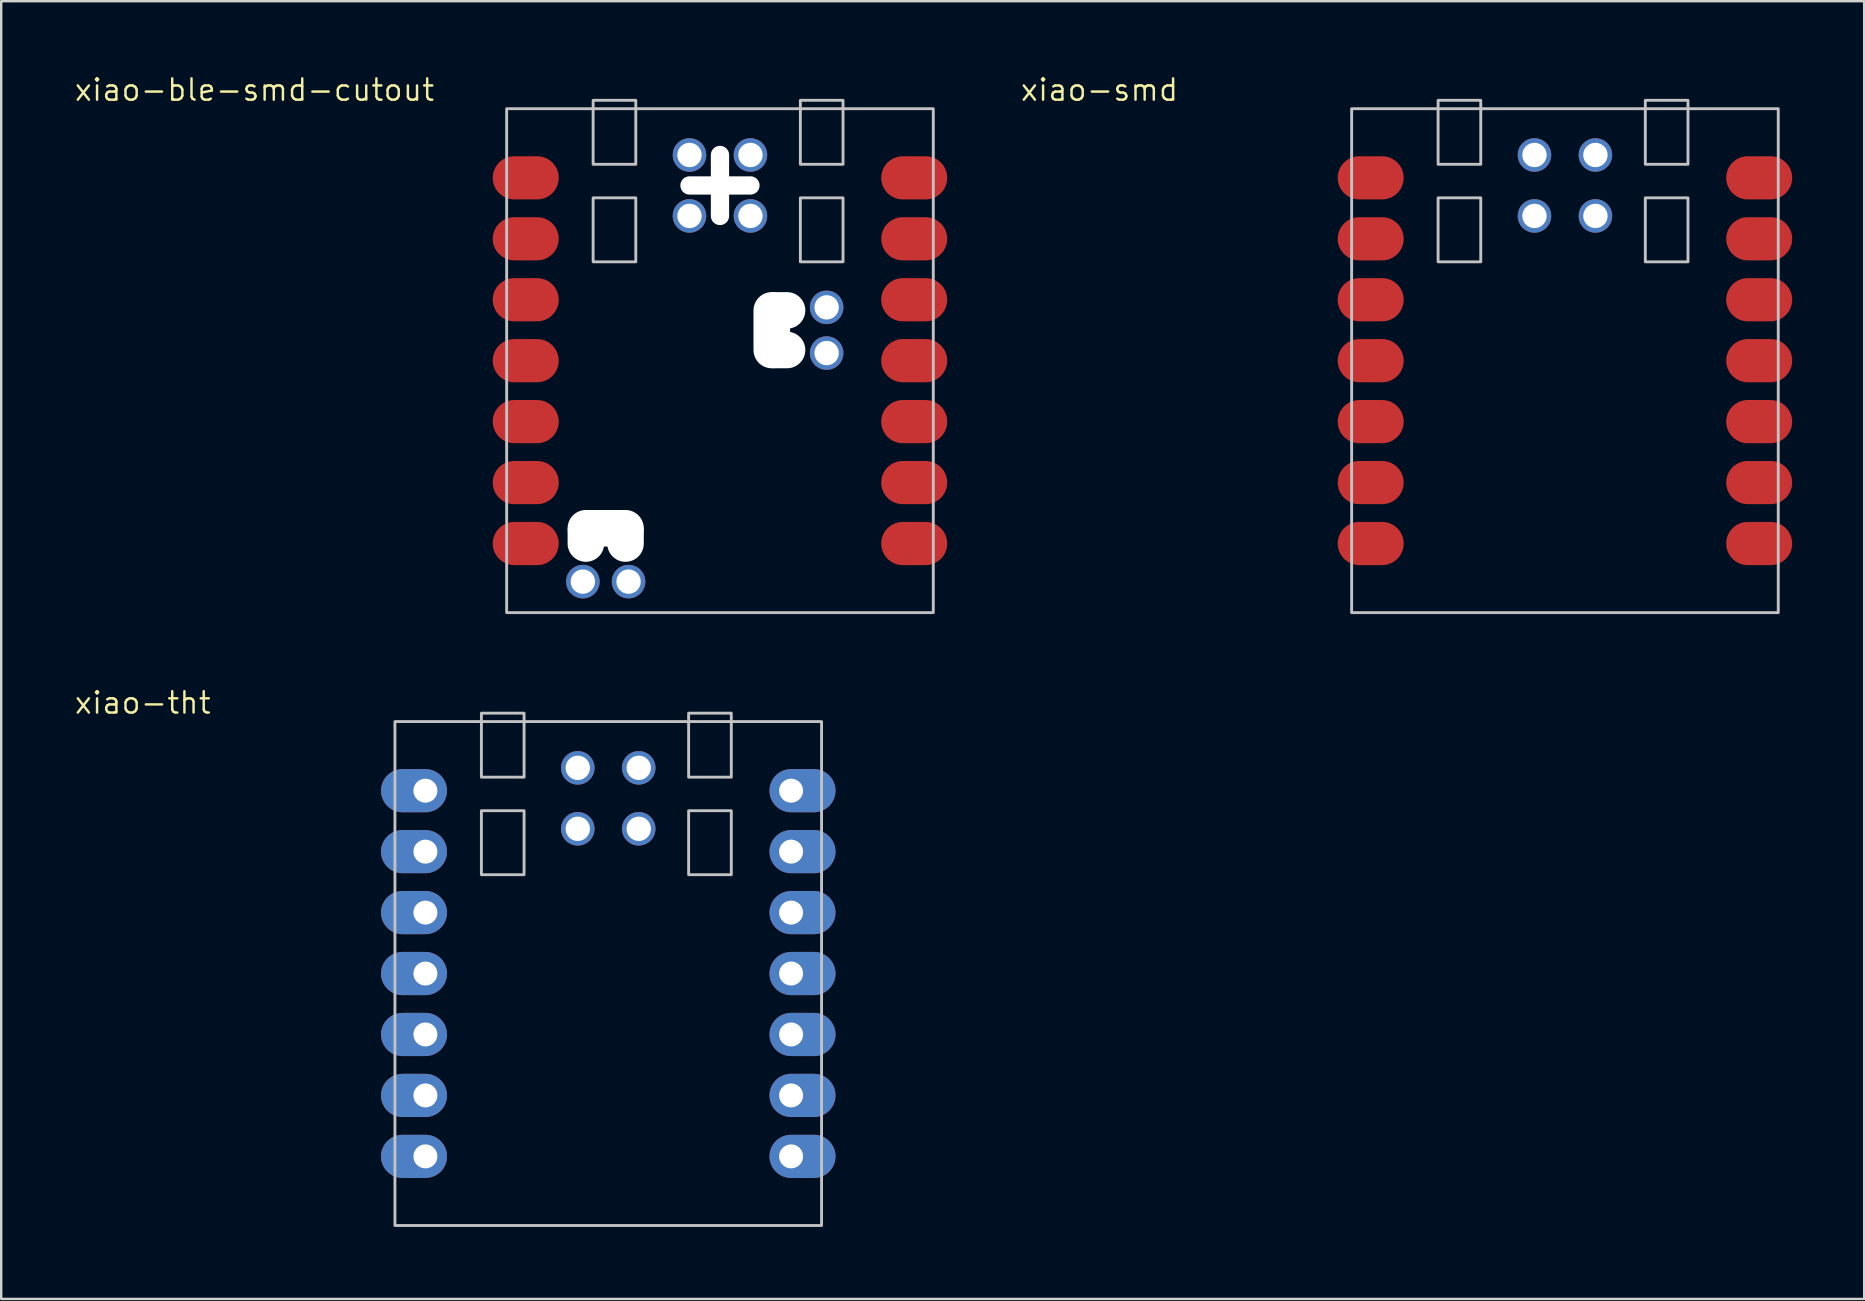
<source format=kicad_pcb>
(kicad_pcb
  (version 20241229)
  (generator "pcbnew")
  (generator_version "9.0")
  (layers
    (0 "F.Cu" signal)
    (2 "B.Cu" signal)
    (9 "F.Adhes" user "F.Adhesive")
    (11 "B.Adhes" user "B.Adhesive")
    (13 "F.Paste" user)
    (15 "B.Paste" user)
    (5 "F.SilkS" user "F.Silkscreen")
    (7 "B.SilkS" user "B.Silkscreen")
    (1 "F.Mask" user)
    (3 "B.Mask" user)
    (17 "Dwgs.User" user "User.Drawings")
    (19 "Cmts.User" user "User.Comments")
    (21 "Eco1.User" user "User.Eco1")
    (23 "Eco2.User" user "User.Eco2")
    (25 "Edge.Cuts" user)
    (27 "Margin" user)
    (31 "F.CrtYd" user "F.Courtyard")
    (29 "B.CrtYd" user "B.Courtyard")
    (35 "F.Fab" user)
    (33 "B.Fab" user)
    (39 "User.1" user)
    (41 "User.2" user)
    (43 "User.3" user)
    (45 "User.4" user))
  (footprint "xiao-smd"
    (layer "F.Cu")
    (at 62.169 11.981)
    (property "Reference" "xiao-smd" (at -19.399 -11.283 0) (layer "F.SilkS") (effects (font (size 0.889 0.889) (thickness 0.102))))
    (attr smd)
    (fp_rect (start -8.89 10.5) (end 8.89 -10.5) (stroke (width 0.12) (type solid)) (fill no) (layer "Dwgs.User"))
    (fp_rect (start -5.286 -6.786) (end -3.508 -4.119) (stroke (width 0.12) (type solid)) (fill no) (layer "Dwgs.User"))
    (fp_rect (start -3.508 -8.183) (end -5.286 -10.85) (stroke (width 0.12) (type solid)) (fill no) (layer "Dwgs.User"))
    (fp_rect (start 3.35 -10.85) (end 5.128 -8.183) (stroke (width 0.12) (type solid)) (fill no) (layer "Dwgs.User"))
    (fp_rect (start 3.35 -6.786) (end 5.128 -4.119) (stroke (width 0.12) (type solid)) (fill no) (layer "Dwgs.User"))
    (pad "1" smd oval (at -7.62 -7.62) (size 2.75 1.8) (drill (offset -0.475 0)) (layers "F.Cu" "F.Mask" "F.Paste"))
    (pad "2" smd oval (at -7.62 -5.08) (size 2.75 1.8) (drill (offset -0.475 0)) (layers "F.Cu" "F.Mask" "F.Paste"))
    (pad "3" smd oval (at -7.62 -2.54) (size 2.75 1.8) (drill (offset -0.475 0)) (layers "F.Cu" "F.Mask" "F.Paste"))
    (pad "4" smd oval (at -7.62 0) (size 2.75 1.8) (drill (offset -0.475 0)) (layers "F.Cu" "F.Mask" "F.Paste"))
    (pad "5" smd oval (at -7.62 2.54) (size 2.75 1.8) (drill (offset -0.475 0)) (layers "F.Cu" "F.Mask" "F.Paste"))
    (pad "6" smd oval (at -7.62 5.08) (size 2.75 1.8) (drill (offset -0.475 0)) (layers "F.Cu" "F.Mask" "F.Paste"))
    (pad "7" smd oval (at -7.62 7.62) (size 2.75 1.8) (drill (offset -0.475 0)) (layers "F.Cu" "F.Mask" "F.Paste"))
    (pad "8" smd oval (at 7.62 7.62 180) (size 2.75 1.8) (drill (offset -0.475 0)) (layers "F.Cu" "F.Mask" "F.Paste"))
    (pad "9" smd oval (at 7.62 5.08 180) (size 2.75 1.8) (drill (offset -0.475 0)) (layers "F.Cu" "F.Mask" "F.Paste"))
    (pad "10" smd oval (at 7.62 2.54 180) (size 2.75 1.8) (drill (offset -0.475 0)) (layers "F.Cu" "F.Mask" "F.Paste"))
    (pad "11" smd oval (at 7.62 0 180) (size 2.75 1.8) (drill (offset -0.475 0)) (layers "F.Cu" "F.Mask" "F.Paste"))
    (pad "12" smd oval (at 7.62 -2.54 180) (size 2.75 1.8) (drill (offset -0.475 0)) (layers "F.Cu" "F.Mask" "F.Paste"))
    (pad "13" smd oval (at 7.62 -5.08 180) (size 2.75 1.8) (drill (offset -0.475 0)) (layers "F.Cu" "F.Mask" "F.Paste"))
    (pad "14" smd oval (at 7.62 -7.62 180) (size 2.75 1.8) (drill (offset -0.475 0)) (layers "F.Cu" "F.Mask" "F.Paste"))
    (pad "15" thru_hole circle (at -1.27 -8.572 90) (size 1.397 1.397) (drill 1.016) (layers "*.Cu" "*.Mask"))
    (pad "16" thru_hole circle (at 1.27 -8.572 90) (size 1.397 1.397) (drill 1.016) (layers "*.Cu" "*.Mask"))
    (pad "17" thru_hole circle (at -1.27 -6.032 90) (size 1.397 1.397) (drill 1.016) (layers "*.Cu" "*.Mask"))
    (pad "18" thru_hole circle (at 1.27 -6.032 90) (size 1.397 1.397) (drill 1.016) (layers "*.Cu" "*.Mask")))
  (footprint "xiao-tht"
    (layer "F.Cu")
    (at 22.299 37.522)
    (property "Reference" "xiao-tht" (at -19.399 -11.283 0) (layer "F.SilkS") (effects (font (size 0.889 0.889) (thickness 0.102))))
    (attr smd)
    (fp_rect (start -8.89 10.5) (end 8.89 -10.5) (stroke (width 0.12) (type solid)) (fill no) (layer "Dwgs.User"))
    (fp_rect (start -5.286 -6.786) (end -3.508 -4.119) (stroke (width 0.12) (type solid)) (fill no) (layer "Dwgs.User"))
    (fp_rect (start -3.508 -8.183) (end -5.286 -10.85) (stroke (width 0.12) (type solid)) (fill no) (layer "Dwgs.User"))
    (fp_rect (start 3.35 -10.85) (end 5.128 -8.183) (stroke (width 0.12) (type solid)) (fill no) (layer "Dwgs.User"))
    (fp_rect (start 3.35 -6.786) (end 5.128 -4.119) (stroke (width 0.12) (type solid)) (fill no) (layer "Dwgs.User"))
    (pad "1" thru_hole oval (at -7.62 -7.62) (size 2.75 1.8) (drill 1 (offset -0.475 0)) (layers "*.Cu" "*.Mask"))
    (pad "2" thru_hole oval (at -7.62 -5.08) (size 2.75 1.8) (drill 1 (offset -0.475 0)) (layers "*.Cu" "*.Mask"))
    (pad "3" thru_hole oval (at -7.62 -2.54) (size 2.75 1.8) (drill 1 (offset -0.475 0)) (layers "*.Cu" "*.Mask"))
    (pad "4" thru_hole oval (at -7.62 0) (size 2.75 1.8) (drill 1 (offset -0.475 0)) (layers "*.Cu" "*.Mask"))
    (pad "5" thru_hole oval (at -7.62 2.54) (size 2.75 1.8) (drill 1 (offset -0.475 0)) (layers "*.Cu" "*.Mask"))
    (pad "6" thru_hole oval (at -7.62 5.08) (size 2.75 1.8) (drill 1 (offset -0.475 0)) (layers "*.Cu" "*.Mask"))
    (pad "7" thru_hole oval (at -7.62 7.62) (size 2.75 1.8) (drill 1 (offset -0.475 0)) (layers "*.Cu" "*.Mask"))
    (pad "8" thru_hole oval (at 7.62 7.62 180) (size 2.75 1.8) (drill 1 (offset -0.475 0)) (layers "*.Cu" "*.Mask"))
    (pad "9" thru_hole oval (at 7.62 5.08 180) (size 2.75 1.8) (drill 1 (offset -0.475 0)) (layers "*.Cu" "*.Mask"))
    (pad "10" thru_hole oval (at 7.62 2.54 180) (size 2.75 1.8) (drill 1 (offset -0.475 0)) (layers "*.Cu" "*.Mask"))
    (pad "11" thru_hole oval (at 7.62 0 180) (size 2.75 1.8) (drill 1 (offset -0.475 0)) (layers "*.Cu" "*.Mask"))
    (pad "12" thru_hole oval (at 7.62 -2.54 180) (size 2.75 1.8) (drill 1 (offset -0.475 0)) (layers "*.Cu" "*.Mask"))
    (pad "13" thru_hole oval (at 7.62 -5.08 180) (size 2.75 1.8) (drill 1 (offset -0.475 0)) (layers "*.Cu" "*.Mask"))
    (pad "14" thru_hole oval (at 7.62 -7.62 180) (size 2.75 1.8) (drill 1 (offset -0.475 0)) (layers "*.Cu" "*.Mask"))
    (pad "15" thru_hole circle (at -1.27 -8.572 90) (size 1.397 1.397) (drill 1.016) (layers "*.Cu" "*.Mask"))
    (pad "16" thru_hole circle (at 1.27 -8.572 90) (size 1.397 1.397) (drill 1.016) (layers "*.Cu" "*.Mask"))
    (pad "17" thru_hole circle (at -1.27 -6.032 90) (size 1.397 1.397) (drill 1.016) (layers "*.Cu" "*.Mask"))
    (pad "18" thru_hole circle (at 1.27 -6.032 90) (size 1.397 1.397) (drill 1.016) (layers "*.Cu" "*.Mask")))
  (footprint "xiao-ble-smd-cutout"
    (layer "F.Cu")
    (at 26.955 11.981)
    (property "Reference" "xiao-ble-smd-cutout" (at -19.399 -11.283 0) (layer "F.SilkS") (effects (font (size 0.889 0.889) (thickness 0.102))))
    (attr smd)
    (fp_rect (start -8.89 10.5) (end 8.89 -10.5) (stroke (width 0.12) (type solid)) (fill no) (layer "Dwgs.User"))
    (fp_rect (start -5.286 -6.786) (end -3.508 -4.119) (stroke (width 0.12) (type solid)) (fill no) (layer "Dwgs.User"))
    (fp_rect (start -3.508 -8.183) (end -5.286 -10.85) (stroke (width 0.12) (type solid)) (fill no) (layer "Dwgs.User"))
    (fp_rect (start 3.35 -10.85) (end 5.128 -8.183) (stroke (width 0.12) (type solid)) (fill no) (layer "Dwgs.User"))
    (fp_rect (start 3.35 -6.786) (end 5.128 -4.119) (stroke (width 0.12) (type solid)) (fill no) (layer "Dwgs.User"))
    (pad "" np_thru_hole oval (at -5.588 7.366 90) (size 2.032 1.524) (drill oval 2.032 1.524) (layers "*.Cu" "*.Mask"))
    (pad "" np_thru_hole oval (at -4.763 6.985) (size 3.175 1.524) (drill oval 3.175 1.524) (layers "*.Cu" "*.Mask"))
    (pad "" np_thru_hole oval (at -3.937 7.366 90) (size 2.032 1.524) (drill oval 2.032 1.524) (layers "*.Cu" "*.Mask"))
    (pad "" np_thru_hole oval (at 0 -7.302 180) (size 3.302 0.762) (drill oval 3.302 0.762) (layers "*.Cu" "*.Mask"))
    (pad "" np_thru_hole oval (at 0 -7.302 270) (size 3.302 0.762) (drill oval 3.302 0.762) (layers "*.Cu" "*.Mask"))
    (pad "" np_thru_hole oval (at 2.159 -1.27 90) (size 3.175 1.524) (drill oval 3.175 1.524) (layers "*.Cu" "*.Mask"))
    (pad "" np_thru_hole oval (at 2.54 -2.095 180) (size 2.032 1.524) (drill oval 2.032 1.524) (layers "*.Cu" "*.Mask"))
    (pad "" np_thru_hole oval (at 2.54 -0.445 180) (size 2.032 1.524) (drill oval 2.032 1.524) (layers "*.Cu" "*.Mask"))
    (pad "1" smd oval (at -8.57 -7.62 180) (size 2.75 1.8) (drill (offset -0.475 0)) (layers "F.Cu" "F.Mask" "F.Paste"))
    (pad "2" smd oval (at -8.57 -5.08 180) (size 2.75 1.8) (drill (offset -0.475 0)) (layers "F.Cu" "F.Mask" "F.Paste"))
    (pad "3" smd oval (at -8.57 -2.54 180) (size 2.75 1.8) (drill (offset -0.475 0)) (layers "F.Cu" "F.Mask" "F.Paste"))
    (pad "4" smd oval (at -8.57 0 180) (size 2.75 1.8) (drill (offset -0.475 0)) (layers "F.Cu" "F.Mask" "F.Paste"))
    (pad "5" smd oval (at -8.57 2.54 180) (size 2.75 1.8) (drill (offset -0.475 0)) (layers "F.Cu" "F.Mask" "F.Paste"))
    (pad "6" smd oval (at -8.57 5.08 180) (size 2.75 1.8) (drill (offset -0.475 0)) (layers "F.Cu" "F.Mask" "F.Paste"))
    (pad "7" smd oval (at -8.57 7.62 180) (size 2.75 1.8) (drill (offset -0.475 0)) (layers "F.Cu" "F.Mask" "F.Paste"))
    (pad "8" smd oval (at 8.57 7.62) (size 2.75 1.8) (drill (offset -0.475 0)) (layers "F.Cu" "F.Mask" "F.Paste"))
    (pad "9" smd oval (at 8.57 5.08) (size 2.75 1.8) (drill (offset -0.475 0)) (layers "F.Cu" "F.Mask" "F.Paste"))
    (pad "10" smd oval (at 8.57 2.54) (size 2.75 1.8) (drill (offset -0.475 0)) (layers "F.Cu" "F.Mask" "F.Paste"))
    (pad "11" smd oval (at 8.57 0) (size 2.75 1.8) (drill (offset -0.475 0)) (layers "F.Cu" "F.Mask" "F.Paste"))
    (pad "12" smd oval (at 8.57 -2.54) (size 2.75 1.8) (drill (offset -0.475 0)) (layers "F.Cu" "F.Mask" "F.Paste"))
    (pad "13" smd oval (at 8.57 -5.08) (size 2.75 1.8) (drill (offset -0.475 0)) (layers "F.Cu" "F.Mask" "F.Paste"))
    (pad "14" smd oval (at 8.57 -7.62) (size 2.75 1.8) (drill (offset -0.475 0)) (layers "F.Cu" "F.Mask" "F.Paste"))
    (pad "15" thru_hole circle (at -1.27 -8.572 90) (size 1.397 1.397) (drill 1.016) (layers "*.Cu" "*.Mask"))
    (pad "16" thru_hole circle (at 1.27 -8.572 90) (size 1.397 1.397) (drill 1.016) (layers "*.Cu" "*.Mask"))
    (pad "17" thru_hole circle (at -1.27 -6.032 90) (size 1.397 1.397) (drill 1.016) (layers "*.Cu" "*.Mask"))
    (pad "18" thru_hole circle (at 1.27 -6.032 90) (size 1.397 1.397) (drill 1.016) (layers "*.Cu" "*.Mask"))
    (pad "19" thru_hole circle (at 4.445 -0.317 180) (size 1.397 1.397) (drill 1.016) (layers "*.Cu" "*.Mask"))
    (pad "20" thru_hole circle (at 4.445 -2.222 180) (size 1.397 1.397) (drill 1.016) (layers "*.Cu" "*.Mask"))
    (pad "21" thru_hole circle (at -3.81 9.208 180) (size 1.397 1.397) (drill 1.016) (layers "*.Cu" "*.Mask"))
    (pad "22" thru_hole circle (at -5.715 9.208 180) (size 1.397 1.397) (drill 1.016) (layers "*.Cu" "*.Mask")))
  (gr_rect
    (start -3 -3)
    (end 74.639 51.082)
    (stroke (width 0.1) (type default))
    (fill no)
    (layer "Edge.Cuts")))
</source>
